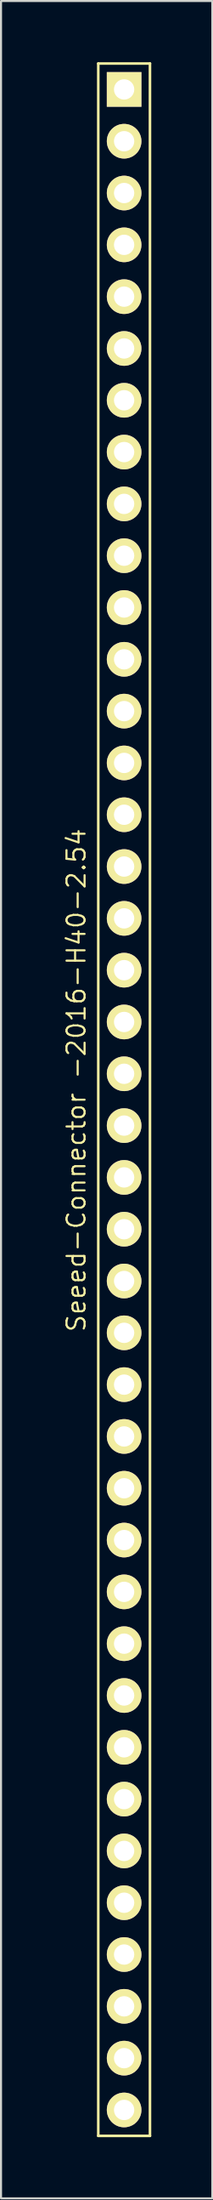
<source format=kicad_pcb>
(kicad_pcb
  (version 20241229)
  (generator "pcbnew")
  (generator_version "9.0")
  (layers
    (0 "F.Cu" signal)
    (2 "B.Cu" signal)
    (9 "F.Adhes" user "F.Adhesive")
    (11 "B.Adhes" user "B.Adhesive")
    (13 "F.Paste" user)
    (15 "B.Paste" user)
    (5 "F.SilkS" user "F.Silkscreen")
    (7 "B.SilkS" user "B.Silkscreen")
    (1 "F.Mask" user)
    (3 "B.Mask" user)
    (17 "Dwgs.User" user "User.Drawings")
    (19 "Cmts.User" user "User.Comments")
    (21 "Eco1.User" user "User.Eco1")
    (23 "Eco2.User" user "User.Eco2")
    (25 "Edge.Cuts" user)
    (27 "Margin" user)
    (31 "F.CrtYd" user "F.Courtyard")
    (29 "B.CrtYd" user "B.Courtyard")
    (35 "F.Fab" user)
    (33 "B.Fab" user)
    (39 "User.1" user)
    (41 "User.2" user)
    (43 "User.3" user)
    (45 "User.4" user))
  (footprint "Seeed-Connector -2016-H40-2.54"
    (layer "F.Cu")
    (at 3.048 50.864)
    (property "Reference" "Seeed-Connector -2016-H40-2.54" (at -2.349 -0.953 90) (layer "F.SilkS") (effects (font (size 0.889 0.889) (thickness 0.102))))
    (attr exclude_from_pos_files exclude_from_bom)
    (fp_line (start -1.27 -50.8) (end -1.27 50.8) (stroke (width 0.127) (type solid)) (layer "F.SilkS"))
    (fp_line (start -1.27 -50.8) (end 1.27 -50.8) (stroke (width 0.066) (type solid)) (layer "F.SilkS"))
    (fp_line (start -1.27 -50.8) (end 1.27 -50.8) (stroke (width 0.127) (type solid)) (layer "F.SilkS"))
    (fp_line (start -1.27 50.8) (end -1.27 -50.8) (stroke (width 0.066) (type solid)) (layer "F.SilkS"))
    (fp_line (start -1.27 50.8) (end 1.27 50.8) (stroke (width 0.066) (type solid)) (layer "F.SilkS"))
    (fp_line (start -1.27 50.8) (end 1.27 50.8) (stroke (width 0.127) (type solid)) (layer "F.SilkS"))
    (fp_line (start 1.27 50.8) (end 1.27 -50.8) (stroke (width 0.066) (type solid)) (layer "F.SilkS"))
    (fp_line (start 1.27 50.8) (end 1.27 -50.8) (stroke (width 0.127) (type solid)) (layer "F.SilkS"))
    (pad "1" thru_hole rect (at 0 -49.53) (size 1.699 1.699) (drill 0.998) (layers "*.Cu" "F.Mask" "F.SilkS" "F.Paste"))
    (pad "2" thru_hole circle (at 0 -46.99) (size 1.699 1.699) (drill 0.998) (layers "*.Cu" "F.Mask" "F.SilkS" "F.Paste"))
    (pad "3" thru_hole circle (at 0 -44.45) (size 1.699 1.699) (drill 0.998) (layers "*.Cu" "F.Mask" "F.SilkS" "F.Paste"))
    (pad "4" thru_hole circle (at 0 -41.91) (size 1.699 1.699) (drill 0.998) (layers "*.Cu" "F.Mask" "F.SilkS" "F.Paste"))
    (pad "5" thru_hole circle (at 0 -39.37) (size 1.699 1.699) (drill 0.998) (layers "*.Cu" "F.Mask" "F.SilkS" "F.Paste"))
    (pad "6" thru_hole circle (at 0 -36.83) (size 1.699 1.699) (drill 0.998) (layers "*.Cu" "F.Mask" "F.SilkS" "F.Paste"))
    (pad "7" thru_hole circle (at 0 -34.29) (size 1.699 1.699) (drill 0.998) (layers "*.Cu" "F.Mask" "F.SilkS" "F.Paste"))
    (pad "8" thru_hole circle (at 0 -31.75) (size 1.699 1.699) (drill 0.998) (layers "*.Cu" "F.Mask" "F.SilkS" "F.Paste"))
    (pad "9" thru_hole circle (at 0 -29.21) (size 1.699 1.699) (drill 0.998) (layers "*.Cu" "F.Mask" "F.SilkS" "F.Paste"))
    (pad "10" thru_hole circle (at 0 -26.67) (size 1.699 1.699) (drill 0.998) (layers "*.Cu" "F.Mask" "F.SilkS" "F.Paste"))
    (pad "11" thru_hole circle (at 0 -24.13) (size 1.699 1.699) (drill 0.998) (layers "*.Cu" "F.Mask" "F.SilkS" "F.Paste"))
    (pad "12" thru_hole circle (at 0 -21.59) (size 1.699 1.699) (drill 0.998) (layers "*.Cu" "F.Mask" "F.SilkS" "F.Paste"))
    (pad "13" thru_hole circle (at 0 -19.05) (size 1.699 1.699) (drill 0.998) (layers "*.Cu" "F.Mask" "F.SilkS" "F.Paste"))
    (pad "14" thru_hole circle (at 0 -16.51) (size 1.699 1.699) (drill 0.998) (layers "*.Cu" "F.Mask" "F.SilkS" "F.Paste"))
    (pad "15" thru_hole circle (at 0 -13.97) (size 1.699 1.699) (drill 0.998) (layers "*.Cu" "F.Mask" "F.SilkS" "F.Paste"))
    (pad "16" thru_hole circle (at 0 -11.43) (size 1.699 1.699) (drill 0.998) (layers "*.Cu" "F.Mask" "F.SilkS" "F.Paste"))
    (pad "17" thru_hole circle (at 0 -8.89) (size 1.699 1.699) (drill 0.998) (layers "*.Cu" "F.Mask" "F.SilkS" "F.Paste"))
    (pad "18" thru_hole circle (at 0 -6.35) (size 1.699 1.699) (drill 0.998) (layers "*.Cu" "F.Mask" "F.SilkS" "F.Paste"))
    (pad "19" thru_hole circle (at 0 -3.81) (size 1.699 1.699) (drill 0.998) (layers "*.Cu" "F.Mask" "F.SilkS" "F.Paste"))
    (pad "20" thru_hole circle (at 0 -1.27) (size 1.699 1.699) (drill 0.998) (layers "*.Cu" "F.Mask" "F.SilkS" "F.Paste"))
    (pad "21" thru_hole circle (at 0 1.27) (size 1.699 1.699) (drill 0.998) (layers "*.Cu" "F.Mask" "F.SilkS" "F.Paste"))
    (pad "22" thru_hole circle (at 0 3.81) (size 1.699 1.699) (drill 0.998) (layers "*.Cu" "F.Mask" "F.SilkS" "F.Paste"))
    (pad "23" thru_hole circle (at 0 6.35) (size 1.699 1.699) (drill 0.998) (layers "*.Cu" "F.Mask" "F.SilkS" "F.Paste"))
    (pad "24" thru_hole circle (at 0 8.89) (size 1.699 1.699) (drill 0.998) (layers "*.Cu" "F.Mask" "F.SilkS" "F.Paste"))
    (pad "25" thru_hole circle (at 0 11.43) (size 1.699 1.699) (drill 0.998) (layers "*.Cu" "F.Mask" "F.SilkS" "F.Paste"))
    (pad "26" thru_hole circle (at 0 13.97) (size 1.699 1.699) (drill 0.998) (layers "*.Cu" "F.Mask" "F.SilkS" "F.Paste"))
    (pad "27" thru_hole circle (at 0 16.51) (size 1.699 1.699) (drill 0.998) (layers "*.Cu" "F.Mask" "F.SilkS" "F.Paste"))
    (pad "28" thru_hole circle (at 0 19.05) (size 1.699 1.699) (drill 0.998) (layers "*.Cu" "F.Mask" "F.SilkS" "F.Paste"))
    (pad "29" thru_hole circle (at 0 21.59) (size 1.699 1.699) (drill 0.998) (layers "*.Cu" "F.Mask" "F.SilkS" "F.Paste"))
    (pad "30" thru_hole circle (at 0 24.13) (size 1.699 1.699) (drill 0.998) (layers "*.Cu" "F.Mask" "F.SilkS" "F.Paste"))
    (pad "31" thru_hole circle (at 0 26.67) (size 1.699 1.699) (drill 0.998) (layers "*.Cu" "F.Mask" "F.SilkS" "F.Paste"))
    (pad "32" thru_hole circle (at 0 29.21) (size 1.699 1.699) (drill 0.998) (layers "*.Cu" "F.Mask" "F.SilkS" "F.Paste"))
    (pad "33" thru_hole circle (at 0 31.75) (size 1.699 1.699) (drill 0.998) (layers "*.Cu" "F.Mask" "F.SilkS" "F.Paste"))
    (pad "34" thru_hole circle (at 0 34.29) (size 1.699 1.699) (drill 0.998) (layers "*.Cu" "F.Mask" "F.SilkS" "F.Paste"))
    (pad "35" thru_hole circle (at 0 36.83) (size 1.699 1.699) (drill 0.998) (layers "*.Cu" "F.Mask" "F.SilkS" "F.Paste"))
    (pad "36" thru_hole circle (at 0 39.37) (size 1.699 1.699) (drill 0.998) (layers "*.Cu" "F.Mask" "F.SilkS" "F.Paste"))
    (pad "37" thru_hole circle (at 0 41.91) (size 1.699 1.699) (drill 0.998) (layers "*.Cu" "F.Mask" "F.SilkS" "F.Paste"))
    (pad "38" thru_hole circle (at 0 44.45) (size 1.699 1.699) (drill 0.998) (layers "*.Cu" "F.Mask" "F.SilkS" "F.Paste"))
    (pad "39" thru_hole circle (at 0 46.99) (size 1.699 1.699) (drill 0.998) (layers "*.Cu" "F.Mask" "F.SilkS" "F.Paste"))
    (pad "40" thru_hole circle (at 0 49.53) (size 1.699 1.699) (drill 0.998) (layers "*.Cu" "F.Mask" "F.SilkS" "F.Paste")))
  (gr_rect
    (start -3 -3)
    (end 7.381 104.727)
    (stroke (width 0.1) (type default))
    (fill no)
    (layer "Edge.Cuts")))
</source>
